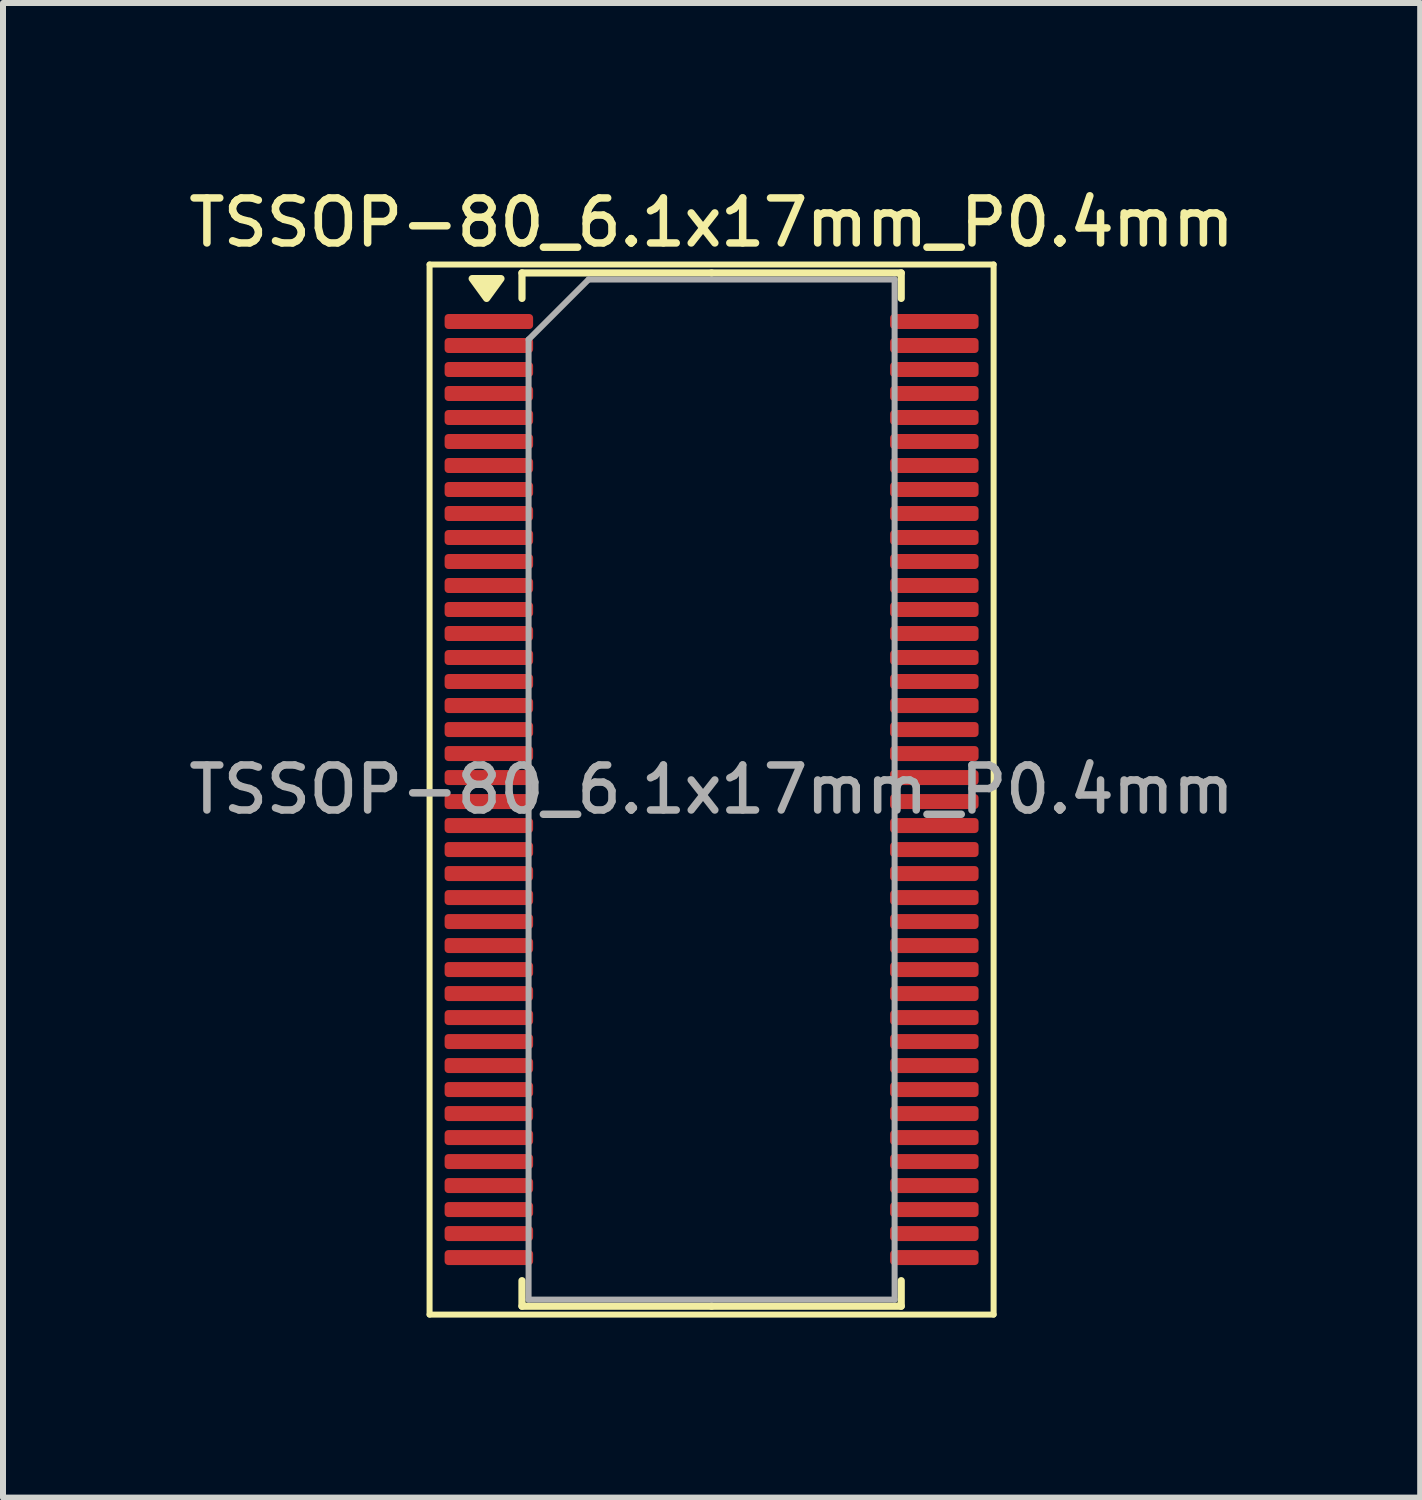
<source format=kicad_pcb>
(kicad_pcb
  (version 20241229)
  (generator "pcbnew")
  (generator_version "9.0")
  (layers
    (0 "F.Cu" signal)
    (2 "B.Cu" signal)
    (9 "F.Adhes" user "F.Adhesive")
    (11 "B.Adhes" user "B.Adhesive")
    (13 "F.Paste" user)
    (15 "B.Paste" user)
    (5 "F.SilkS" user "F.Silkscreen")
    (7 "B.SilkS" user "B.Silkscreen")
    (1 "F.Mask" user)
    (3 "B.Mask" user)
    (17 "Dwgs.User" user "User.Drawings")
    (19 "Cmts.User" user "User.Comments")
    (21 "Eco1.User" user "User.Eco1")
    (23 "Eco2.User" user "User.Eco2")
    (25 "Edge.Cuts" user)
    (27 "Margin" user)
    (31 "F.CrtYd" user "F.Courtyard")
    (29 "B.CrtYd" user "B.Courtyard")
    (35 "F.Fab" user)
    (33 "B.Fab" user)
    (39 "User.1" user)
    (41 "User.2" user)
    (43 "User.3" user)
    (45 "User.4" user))
  (footprint "TSSOP-80_6.1x17mm_P0.4mm"
    (layer "F.Cu")
    (at 8.809 10.108)
    (property "Reference" "TSSOP-80_6.1x17mm_P0.4mm" (at 0 -9.45 0) (layer "F.SilkS") (effects (font (size 0.75 0.75) (thickness 0.125))))
    (attr smd)
    (fp_line (start -4.7 -8.75) (end -4.7 8.75) (stroke (width 0.1) (type solid)) (layer "F.SilkS"))
    (fp_line (start -4.7 8.75) (end 4.7 8.75) (stroke (width 0.1) (type solid)) (layer "F.SilkS"))
    (fp_line (start -3.16 -8.61) (end -3.16 -8.185) (stroke (width 0.12) (type solid)) (layer "F.SilkS"))
    (fp_line (start -3.16 8.61) (end -3.16 8.185) (stroke (width 0.12) (type solid)) (layer "F.SilkS"))
    (fp_line (start 0 -8.61) (end -3.16 -8.61) (stroke (width 0.12) (type solid)) (layer "F.SilkS"))
    (fp_line (start 0 -8.61) (end 3.16 -8.61) (stroke (width 0.12) (type solid)) (layer "F.SilkS"))
    (fp_line (start 0 8.61) (end -3.16 8.61) (stroke (width 0.12) (type solid)) (layer "F.SilkS"))
    (fp_line (start 0 8.61) (end 3.16 8.61) (stroke (width 0.12) (type solid)) (layer "F.SilkS"))
    (fp_line (start 3.16 -8.61) (end 3.16 -8.185) (stroke (width 0.12) (type solid)) (layer "F.SilkS"))
    (fp_line (start 3.16 8.61) (end 3.16 8.185) (stroke (width 0.12) (type solid)) (layer "F.SilkS"))
    (fp_line (start 4.7 -8.75) (end -4.7 -8.75) (stroke (width 0.1) (type solid)) (layer "F.SilkS"))
    (fp_line (start 4.7 8.75) (end 4.7 -8.75) (stroke (width 0.1) (type solid)) (layer "F.SilkS"))
    (fp_poly (pts (xy -3.75 -8.185) (xy -3.99 -8.515) (xy -3.51 -8.515) (xy -3.75 -8.185)) (stroke (width 0.12) (type solid)) (fill yes) (layer "F.SilkS"))
    (fp_line (start -3.05 -7.5) (end -2.05 -8.5) (stroke (width 0.1) (type solid)) (layer "F.Fab"))
    (fp_line (start -3.05 8.5) (end -3.05 -7.5) (stroke (width 0.1) (type solid)) (layer "F.Fab"))
    (fp_line (start -2.05 -8.5) (end 3.05 -8.5) (stroke (width 0.1) (type solid)) (layer "F.Fab"))
    (fp_line (start 3.05 -8.5) (end 3.05 8.5) (stroke (width 0.1) (type solid)) (layer "F.Fab"))
    (fp_line (start 3.05 8.5) (end -3.05 8.5) (stroke (width 0.1) (type solid)) (layer "F.Fab"))
    (fp_text user "${REFERENCE}" (at 0 0 0) (layer "F.Fab") (effects (font (size 0.75 0.75) (thickness 0.125))))
    (pad "1" smd roundrect (at -3.712 -7.8) (size 1.475 0.25) (layers "F.Cu" "F.Mask" "F.Paste") (roundrect_rratio 0.25))
    (pad "2" smd roundrect (at -3.712 -7.4) (size 1.475 0.25) (layers "F.Cu" "F.Mask" "F.Paste") (roundrect_rratio 0.25))
    (pad "3" smd roundrect (at -3.712 -7) (size 1.475 0.25) (layers "F.Cu" "F.Mask" "F.Paste") (roundrect_rratio 0.25))
    (pad "4" smd roundrect (at -3.712 -6.6) (size 1.475 0.25) (layers "F.Cu" "F.Mask" "F.Paste") (roundrect_rratio 0.25))
    (pad "5" smd roundrect (at -3.712 -6.2) (size 1.475 0.25) (layers "F.Cu" "F.Mask" "F.Paste") (roundrect_rratio 0.25))
    (pad "6" smd roundrect (at -3.712 -5.8) (size 1.475 0.25) (layers "F.Cu" "F.Mask" "F.Paste") (roundrect_rratio 0.25))
    (pad "7" smd roundrect (at -3.712 -5.4) (size 1.475 0.25) (layers "F.Cu" "F.Mask" "F.Paste") (roundrect_rratio 0.25))
    (pad "8" smd roundrect (at -3.712 -5) (size 1.475 0.25) (layers "F.Cu" "F.Mask" "F.Paste") (roundrect_rratio 0.25))
    (pad "9" smd roundrect (at -3.712 -4.6) (size 1.475 0.25) (layers "F.Cu" "F.Mask" "F.Paste") (roundrect_rratio 0.25))
    (pad "10" smd roundrect (at -3.712 -4.2) (size 1.475 0.25) (layers "F.Cu" "F.Mask" "F.Paste") (roundrect_rratio 0.25))
    (pad "11" smd roundrect (at -3.712 -3.8) (size 1.475 0.25) (layers "F.Cu" "F.Mask" "F.Paste") (roundrect_rratio 0.25))
    (pad "12" smd roundrect (at -3.712 -3.4) (size 1.475 0.25) (layers "F.Cu" "F.Mask" "F.Paste") (roundrect_rratio 0.25))
    (pad "13" smd roundrect (at -3.712 -3) (size 1.475 0.25) (layers "F.Cu" "F.Mask" "F.Paste") (roundrect_rratio 0.25))
    (pad "14" smd roundrect (at -3.712 -2.6) (size 1.475 0.25) (layers "F.Cu" "F.Mask" "F.Paste") (roundrect_rratio 0.25))
    (pad "15" smd roundrect (at -3.712 -2.2) (size 1.475 0.25) (layers "F.Cu" "F.Mask" "F.Paste") (roundrect_rratio 0.25))
    (pad "16" smd roundrect (at -3.712 -1.8) (size 1.475 0.25) (layers "F.Cu" "F.Mask" "F.Paste") (roundrect_rratio 0.25))
    (pad "17" smd roundrect (at -3.712 -1.4) (size 1.475 0.25) (layers "F.Cu" "F.Mask" "F.Paste") (roundrect_rratio 0.25))
    (pad "18" smd roundrect (at -3.712 -1) (size 1.475 0.25) (layers "F.Cu" "F.Mask" "F.Paste") (roundrect_rratio 0.25))
    (pad "19" smd roundrect (at -3.712 -0.6) (size 1.475 0.25) (layers "F.Cu" "F.Mask" "F.Paste") (roundrect_rratio 0.25))
    (pad "20" smd roundrect (at -3.712 -0.2) (size 1.475 0.25) (layers "F.Cu" "F.Mask" "F.Paste") (roundrect_rratio 0.25))
    (pad "21" smd roundrect (at -3.712 0.2) (size 1.475 0.25) (layers "F.Cu" "F.Mask" "F.Paste") (roundrect_rratio 0.25))
    (pad "22" smd roundrect (at -3.712 0.6) (size 1.475 0.25) (layers "F.Cu" "F.Mask" "F.Paste") (roundrect_rratio 0.25))
    (pad "23" smd roundrect (at -3.712 1) (size 1.475 0.25) (layers "F.Cu" "F.Mask" "F.Paste") (roundrect_rratio 0.25))
    (pad "24" smd roundrect (at -3.712 1.4) (size 1.475 0.25) (layers "F.Cu" "F.Mask" "F.Paste") (roundrect_rratio 0.25))
    (pad "25" smd roundrect (at -3.712 1.8) (size 1.475 0.25) (layers "F.Cu" "F.Mask" "F.Paste") (roundrect_rratio 0.25))
    (pad "26" smd roundrect (at -3.712 2.2) (size 1.475 0.25) (layers "F.Cu" "F.Mask" "F.Paste") (roundrect_rratio 0.25))
    (pad "27" smd roundrect (at -3.712 2.6) (size 1.475 0.25) (layers "F.Cu" "F.Mask" "F.Paste") (roundrect_rratio 0.25))
    (pad "28" smd roundrect (at -3.712 3) (size 1.475 0.25) (layers "F.Cu" "F.Mask" "F.Paste") (roundrect_rratio 0.25))
    (pad "29" smd roundrect (at -3.712 3.4) (size 1.475 0.25) (layers "F.Cu" "F.Mask" "F.Paste") (roundrect_rratio 0.25))
    (pad "30" smd roundrect (at -3.712 3.8) (size 1.475 0.25) (layers "F.Cu" "F.Mask" "F.Paste") (roundrect_rratio 0.25))
    (pad "31" smd roundrect (at -3.712 4.2) (size 1.475 0.25) (layers "F.Cu" "F.Mask" "F.Paste") (roundrect_rratio 0.25))
    (pad "32" smd roundrect (at -3.712 4.6) (size 1.475 0.25) (layers "F.Cu" "F.Mask" "F.Paste") (roundrect_rratio 0.25))
    (pad "33" smd roundrect (at -3.712 5) (size 1.475 0.25) (layers "F.Cu" "F.Mask" "F.Paste") (roundrect_rratio 0.25))
    (pad "34" smd roundrect (at -3.712 5.4) (size 1.475 0.25) (layers "F.Cu" "F.Mask" "F.Paste") (roundrect_rratio 0.25))
    (pad "35" smd roundrect (at -3.712 5.8) (size 1.475 0.25) (layers "F.Cu" "F.Mask" "F.Paste") (roundrect_rratio 0.25))
    (pad "36" smd roundrect (at -3.712 6.2) (size 1.475 0.25) (layers "F.Cu" "F.Mask" "F.Paste") (roundrect_rratio 0.25))
    (pad "37" smd roundrect (at -3.712 6.6) (size 1.475 0.25) (layers "F.Cu" "F.Mask" "F.Paste") (roundrect_rratio 0.25))
    (pad "38" smd roundrect (at -3.712 7) (size 1.475 0.25) (layers "F.Cu" "F.Mask" "F.Paste") (roundrect_rratio 0.25))
    (pad "39" smd roundrect (at -3.712 7.4) (size 1.475 0.25) (layers "F.Cu" "F.Mask" "F.Paste") (roundrect_rratio 0.25))
    (pad "40" smd roundrect (at -3.712 7.8) (size 1.475 0.25) (layers "F.Cu" "F.Mask" "F.Paste") (roundrect_rratio 0.25))
    (pad "41" smd roundrect (at 3.712 7.8) (size 1.475 0.25) (layers "F.Cu" "F.Mask" "F.Paste") (roundrect_rratio 0.25))
    (pad "42" smd roundrect (at 3.712 7.4) (size 1.475 0.25) (layers "F.Cu" "F.Mask" "F.Paste") (roundrect_rratio 0.25))
    (pad "43" smd roundrect (at 3.712 7) (size 1.475 0.25) (layers "F.Cu" "F.Mask" "F.Paste") (roundrect_rratio 0.25))
    (pad "44" smd roundrect (at 3.712 6.6) (size 1.475 0.25) (layers "F.Cu" "F.Mask" "F.Paste") (roundrect_rratio 0.25))
    (pad "45" smd roundrect (at 3.712 6.2) (size 1.475 0.25) (layers "F.Cu" "F.Mask" "F.Paste") (roundrect_rratio 0.25))
    (pad "46" smd roundrect (at 3.712 5.8) (size 1.475 0.25) (layers "F.Cu" "F.Mask" "F.Paste") (roundrect_rratio 0.25))
    (pad "47" smd roundrect (at 3.712 5.4) (size 1.475 0.25) (layers "F.Cu" "F.Mask" "F.Paste") (roundrect_rratio 0.25))
    (pad "48" smd roundrect (at 3.712 5) (size 1.475 0.25) (layers "F.Cu" "F.Mask" "F.Paste") (roundrect_rratio 0.25))
    (pad "49" smd roundrect (at 3.712 4.6) (size 1.475 0.25) (layers "F.Cu" "F.Mask" "F.Paste") (roundrect_rratio 0.25))
    (pad "50" smd roundrect (at 3.712 4.2) (size 1.475 0.25) (layers "F.Cu" "F.Mask" "F.Paste") (roundrect_rratio 0.25))
    (pad "51" smd roundrect (at 3.712 3.8) (size 1.475 0.25) (layers "F.Cu" "F.Mask" "F.Paste") (roundrect_rratio 0.25))
    (pad "52" smd roundrect (at 3.712 3.4) (size 1.475 0.25) (layers "F.Cu" "F.Mask" "F.Paste") (roundrect_rratio 0.25))
    (pad "53" smd roundrect (at 3.712 3) (size 1.475 0.25) (layers "F.Cu" "F.Mask" "F.Paste") (roundrect_rratio 0.25))
    (pad "54" smd roundrect (at 3.712 2.6) (size 1.475 0.25) (layers "F.Cu" "F.Mask" "F.Paste") (roundrect_rratio 0.25))
    (pad "55" smd roundrect (at 3.712 2.2) (size 1.475 0.25) (layers "F.Cu" "F.Mask" "F.Paste") (roundrect_rratio 0.25))
    (pad "56" smd roundrect (at 3.712 1.8) (size 1.475 0.25) (layers "F.Cu" "F.Mask" "F.Paste") (roundrect_rratio 0.25))
    (pad "57" smd roundrect (at 3.712 1.4) (size 1.475 0.25) (layers "F.Cu" "F.Mask" "F.Paste") (roundrect_rratio 0.25))
    (pad "58" smd roundrect (at 3.712 1) (size 1.475 0.25) (layers "F.Cu" "F.Mask" "F.Paste") (roundrect_rratio 0.25))
    (pad "59" smd roundrect (at 3.712 0.6) (size 1.475 0.25) (layers "F.Cu" "F.Mask" "F.Paste") (roundrect_rratio 0.25))
    (pad "60" smd roundrect (at 3.712 0.2) (size 1.475 0.25) (layers "F.Cu" "F.Mask" "F.Paste") (roundrect_rratio 0.25))
    (pad "61" smd roundrect (at 3.712 -0.2) (size 1.475 0.25) (layers "F.Cu" "F.Mask" "F.Paste") (roundrect_rratio 0.25))
    (pad "62" smd roundrect (at 3.712 -0.6) (size 1.475 0.25) (layers "F.Cu" "F.Mask" "F.Paste") (roundrect_rratio 0.25))
    (pad "63" smd roundrect (at 3.712 -1) (size 1.475 0.25) (layers "F.Cu" "F.Mask" "F.Paste") (roundrect_rratio 0.25))
    (pad "64" smd roundrect (at 3.712 -1.4) (size 1.475 0.25) (layers "F.Cu" "F.Mask" "F.Paste") (roundrect_rratio 0.25))
    (pad "65" smd roundrect (at 3.712 -1.8) (size 1.475 0.25) (layers "F.Cu" "F.Mask" "F.Paste") (roundrect_rratio 0.25))
    (pad "66" smd roundrect (at 3.712 -2.2) (size 1.475 0.25) (layers "F.Cu" "F.Mask" "F.Paste") (roundrect_rratio 0.25))
    (pad "67" smd roundrect (at 3.712 -2.6) (size 1.475 0.25) (layers "F.Cu" "F.Mask" "F.Paste") (roundrect_rratio 0.25))
    (pad "68" smd roundrect (at 3.712 -3) (size 1.475 0.25) (layers "F.Cu" "F.Mask" "F.Paste") (roundrect_rratio 0.25))
    (pad "69" smd roundrect (at 3.712 -3.4) (size 1.475 0.25) (layers "F.Cu" "F.Mask" "F.Paste") (roundrect_rratio 0.25))
    (pad "70" smd roundrect (at 3.712 -3.8) (size 1.475 0.25) (layers "F.Cu" "F.Mask" "F.Paste") (roundrect_rratio 0.25))
    (pad "71" smd roundrect (at 3.712 -4.2) (size 1.475 0.25) (layers "F.Cu" "F.Mask" "F.Paste") (roundrect_rratio 0.25))
    (pad "72" smd roundrect (at 3.712 -4.6) (size 1.475 0.25) (layers "F.Cu" "F.Mask" "F.Paste") (roundrect_rratio 0.25))
    (pad "73" smd roundrect (at 3.712 -5) (size 1.475 0.25) (layers "F.Cu" "F.Mask" "F.Paste") (roundrect_rratio 0.25))
    (pad "74" smd roundrect (at 3.712 -5.4) (size 1.475 0.25) (layers "F.Cu" "F.Mask" "F.Paste") (roundrect_rratio 0.25))
    (pad "75" smd roundrect (at 3.712 -5.8) (size 1.475 0.25) (layers "F.Cu" "F.Mask" "F.Paste") (roundrect_rratio 0.25))
    (pad "76" smd roundrect (at 3.712 -6.2) (size 1.475 0.25) (layers "F.Cu" "F.Mask" "F.Paste") (roundrect_rratio 0.25))
    (pad "77" smd roundrect (at 3.712 -6.6) (size 1.475 0.25) (layers "F.Cu" "F.Mask" "F.Paste") (roundrect_rratio 0.25))
    (pad "78" smd roundrect (at 3.712 -7) (size 1.475 0.25) (layers "F.Cu" "F.Mask" "F.Paste") (roundrect_rratio 0.25))
    (pad "79" smd roundrect (at 3.712 -7.4) (size 1.475 0.25) (layers "F.Cu" "F.Mask" "F.Paste") (roundrect_rratio 0.25))
    (pad "80" smd roundrect (at 3.712 -7.8) (size 1.475 0.25) (layers "F.Cu" "F.Mask" "F.Paste") (roundrect_rratio 0.25)))
  (gr_rect
    (start -3 -3)
    (end 20.618 21.908)
    (stroke (width 0.1) (type default))
    (fill no)
    (layer "Edge.Cuts")))
</source>
